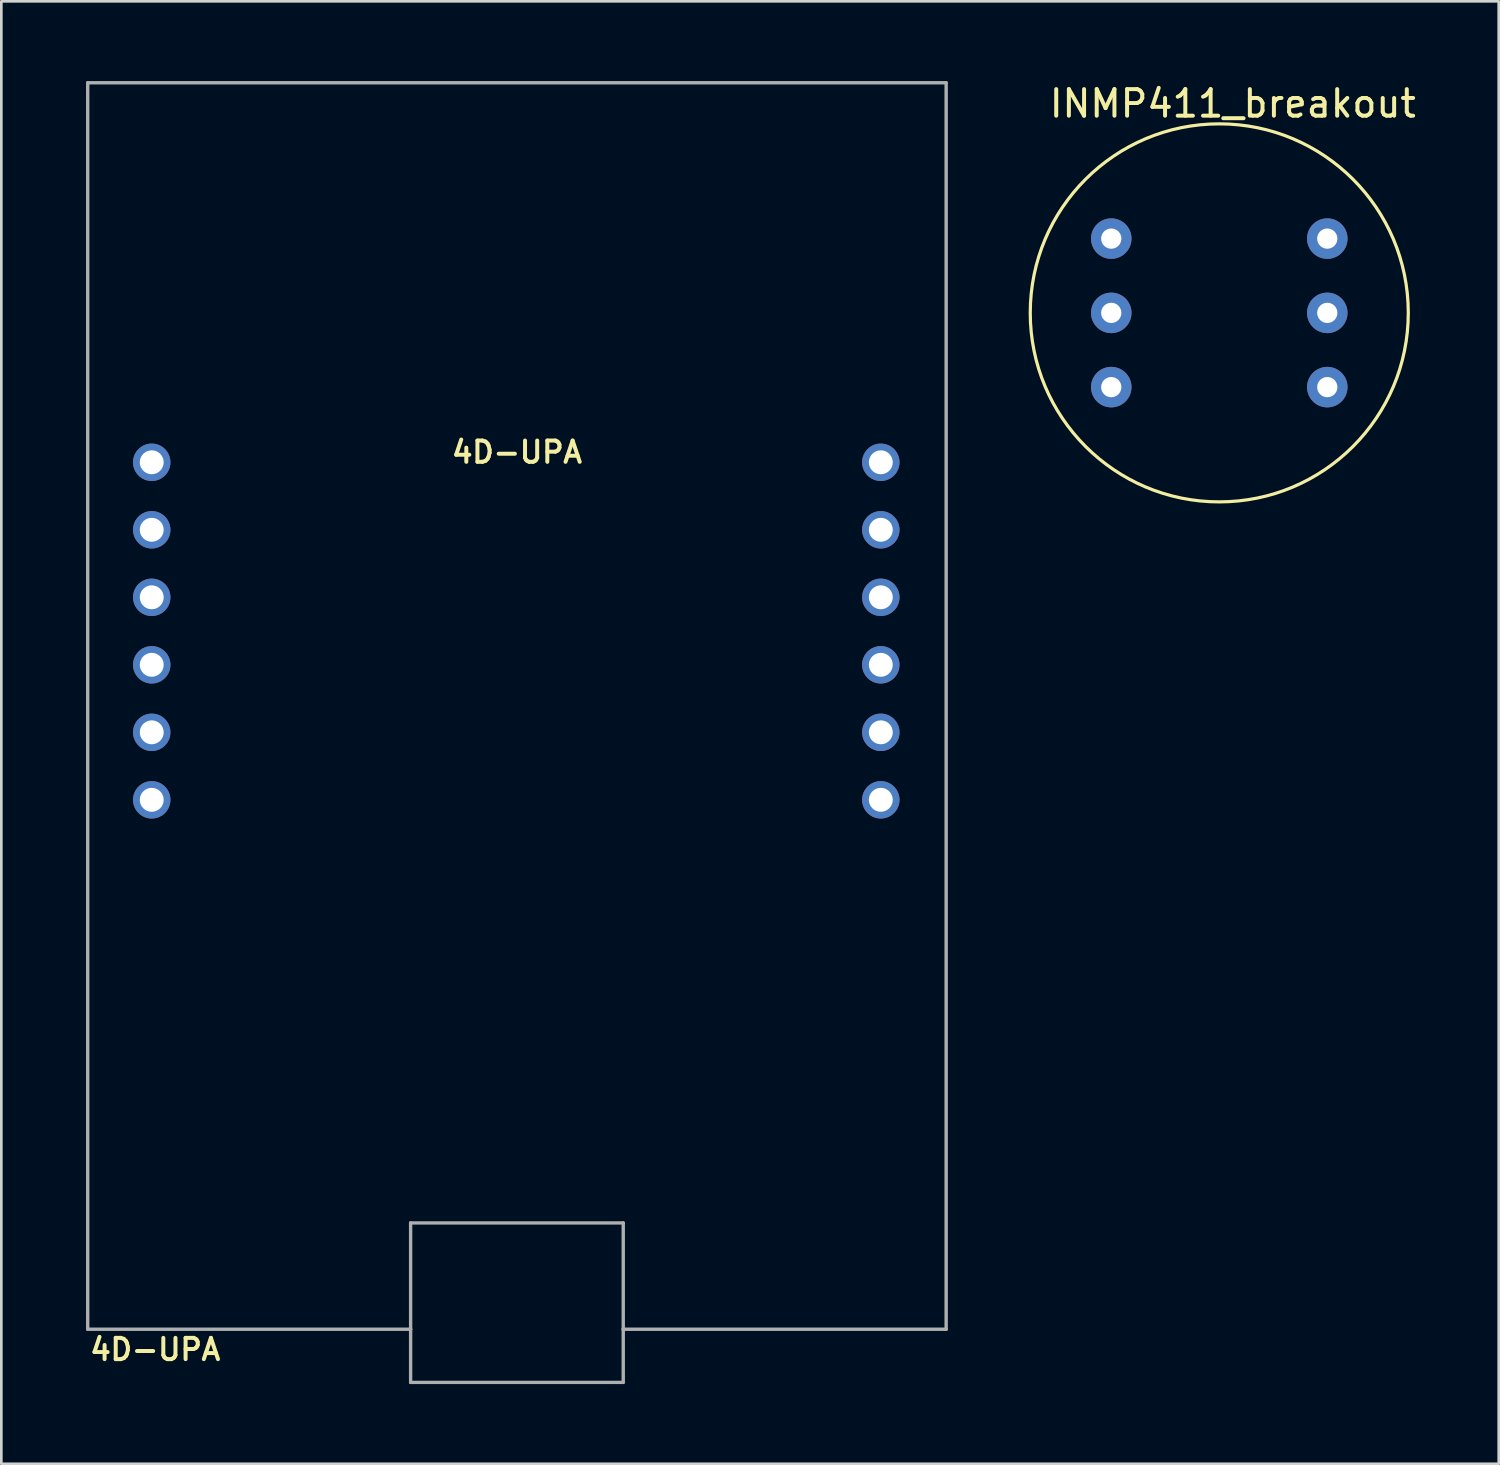
<source format=kicad_pcb>
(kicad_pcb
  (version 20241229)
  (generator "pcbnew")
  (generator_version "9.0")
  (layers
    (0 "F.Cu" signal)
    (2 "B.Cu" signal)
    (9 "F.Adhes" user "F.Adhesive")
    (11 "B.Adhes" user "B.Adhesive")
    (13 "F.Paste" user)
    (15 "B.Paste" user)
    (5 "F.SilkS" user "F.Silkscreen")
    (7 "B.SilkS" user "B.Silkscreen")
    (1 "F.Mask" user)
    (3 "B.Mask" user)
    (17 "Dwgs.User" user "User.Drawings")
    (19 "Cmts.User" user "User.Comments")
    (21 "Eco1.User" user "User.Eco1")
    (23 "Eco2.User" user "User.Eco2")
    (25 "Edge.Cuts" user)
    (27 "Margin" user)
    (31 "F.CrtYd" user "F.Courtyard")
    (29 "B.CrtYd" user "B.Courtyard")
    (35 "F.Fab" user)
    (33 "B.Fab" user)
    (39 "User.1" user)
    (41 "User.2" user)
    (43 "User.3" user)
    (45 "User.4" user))
  (footprint "INMP411_breakout"
    (layer "F.Cu")
    (at 42.826 8.722)
    (property "Reference" "INMP411_breakout" (at 0.508 -7.874 0) (layer "F.SilkS") (effects (font (size 1 1) (thickness 0.15))))
    (attr through_hole)
    (fp_circle (center 0 0) (end 7.112 0) (stroke (width 0.12) (type solid)) (fill no) (layer "F.SilkS"))
    (fp_circle (center 0 0) (end 2.032 -6.858) (stroke (width 0.12) (type solid)) (fill no) (layer "Eco2.User"))
    (fp_text user "SCK" (at 2.54 -2.794 270) (layer "B.Mask") (effects (font (size 1 1) (thickness 0.15)) (justify mirror)))
    (fp_text user "SD" (at -2.54 -3.048 90) (layer "B.Mask") (effects (font (size 1 1) (thickness 0.15)) (justify mirror)))
    (fp_text user "WS" (at 2.54 0 90) (layer "B.Mask") (effects (font (size 1 1) (thickness 0.15)) (justify mirror)))
    (fp_text user "GND" (at -2.54 3.048 90) (layer "B.Mask") (effects (font (size 1 1) (thickness 0.15)) (justify mirror)))
    (fp_text user "VDD" (at -2.54 -0.254 90) (layer "B.Mask") (effects (font (size 1 1) (thickness 0.15)) (justify mirror)))
    (fp_text user "L/R" (at 2.54 3.048 90) (layer "B.Mask") (effects (font (size 1 1) (thickness 0.15)) (justify mirror)))
    (pad "1" thru_hole circle (at -4.064 -2.794) (size 1.524 1.524) (drill 0.762) (layers "*.Cu" "*.Mask"))
    (pad "2" thru_hole circle (at -4.064 0) (size 1.524 1.524) (drill 0.762) (layers "*.Cu" "*.Mask"))
    (pad "3" thru_hole circle (at -4.064 2.794) (size 1.524 1.524) (drill 0.762) (layers "*.Cu" "*.Mask"))
    (pad "4" thru_hole circle (at 4.064 -2.794) (size 1.524 1.524) (drill 0.762) (layers "*.Cu" "*.Mask"))
    (pad "5" thru_hole circle (at 4.064 0) (size 1.524 1.524) (drill 0.762) (layers "*.Cu" "*.Mask"))
    (pad "6" thru_hole circle (at 4.064 2.794) (size 1.524 1.524) (drill 0.762) (layers "*.Cu" "*.Mask")))
  (footprint "4D-UPA"
    (layer "F.Cu")
    (at 0.25 46.964)
    (property "Reference" "4D-UPA" (at 2.54 0.762 0) (layer "F.SilkS") (effects (font (size 0.8 0.8) (thickness 0.15))))
    (attr through_hole)
    (fp_line (start 0 -46.9) (end 32.3 -46.9) (stroke (width 0.127) (type solid)) (layer "F.Fab"))
    (fp_line (start 0 0) (end 0 -46.9) (stroke (width 0.127) (type solid)) (layer "F.Fab"))
    (fp_line (start 0 0) (end 12.15 0) (stroke (width 0.127) (type solid)) (layer "F.Fab"))
    (fp_line (start 12.15 -4) (end 20.15 -4) (stroke (width 0.127) (type solid)) (layer "F.Fab"))
    (fp_line (start 12.15 0) (end 12.15 -4) (stroke (width 0.127) (type solid)) (layer "F.Fab"))
    (fp_line (start 12.15 2) (end 12.15 0) (stroke (width 0.127) (type solid)) (layer "F.Fab"))
    (fp_line (start 12.15 2) (end 20.15 2) (stroke (width 0.127) (type solid)) (layer "F.Fab"))
    (fp_line (start 20.15 -4) (end 20.15 0) (stroke (width 0.127) (type solid)) (layer "F.Fab"))
    (fp_line (start 20.15 0) (end 20.15 2) (stroke (width 0.127) (type solid)) (layer "F.Fab"))
    (fp_line (start 20.15 0) (end 32.3 0) (stroke (width 0.127) (type solid)) (layer "F.Fab"))
    (fp_line (start 32.3 -46.9) (end 32.3 0) (stroke (width 0.127) (type solid)) (layer "F.Fab"))
    (fp_text user "4D-UPA" (at 16.15 -33 0) (layer "F.SilkS") (effects (font (size 0.8 0.8) (thickness 0.15))))
    (pad "1" thru_hole circle (at 2.409 -32.62) (size 1.408 1.408) (drill 0.9) (layers "*.Cu" "*.Mask"))
    (pad "2" thru_hole circle (at 2.409 -30.08) (size 1.408 1.408) (drill 0.9) (layers "*.Cu" "*.Mask"))
    (pad "3" thru_hole circle (at 2.409 -27.54) (size 1.408 1.408) (drill 0.9) (layers "*.Cu" "*.Mask"))
    (pad "4" thru_hole circle (at 2.409 -25) (size 1.408 1.408) (drill 0.9) (layers "*.Cu" "*.Mask"))
    (pad "5" thru_hole circle (at 2.409 -22.46) (size 1.408 1.408) (drill 0.9) (layers "*.Cu" "*.Mask"))
    (pad "6" thru_hole circle (at 2.409 -19.92) (size 1.408 1.408) (drill 0.9) (layers "*.Cu" "*.Mask"))
    (pad "7" thru_hole circle (at 29.841 -32.62) (size 1.408 1.408) (drill 0.9) (layers "*.Cu" "*.Mask"))
    (pad "8" thru_hole circle (at 29.841 -30.08) (size 1.408 1.408) (drill 0.9) (layers "*.Cu" "*.Mask"))
    (pad "9" thru_hole circle (at 29.841 -27.54) (size 1.408 1.408) (drill 0.9) (layers "*.Cu" "*.Mask"))
    (pad "10" thru_hole circle (at 29.841 -25) (size 1.408 1.408) (drill 0.9) (layers "*.Cu" "*.Mask"))
    (pad "11" thru_hole circle (at 29.841 -22.46) (size 1.408 1.408) (drill 0.9) (layers "*.Cu" "*.Mask"))
    (pad "12" thru_hole circle (at 29.841 -19.92) (size 1.408 1.408) (drill 0.9) (layers "*.Cu" "*.Mask")))
  (gr_rect
    (start -3 -3)
    (end 53.34 52.027)
    (stroke (width 0.1) (type default))
    (fill no)
    (layer "Edge.Cuts")))
</source>
